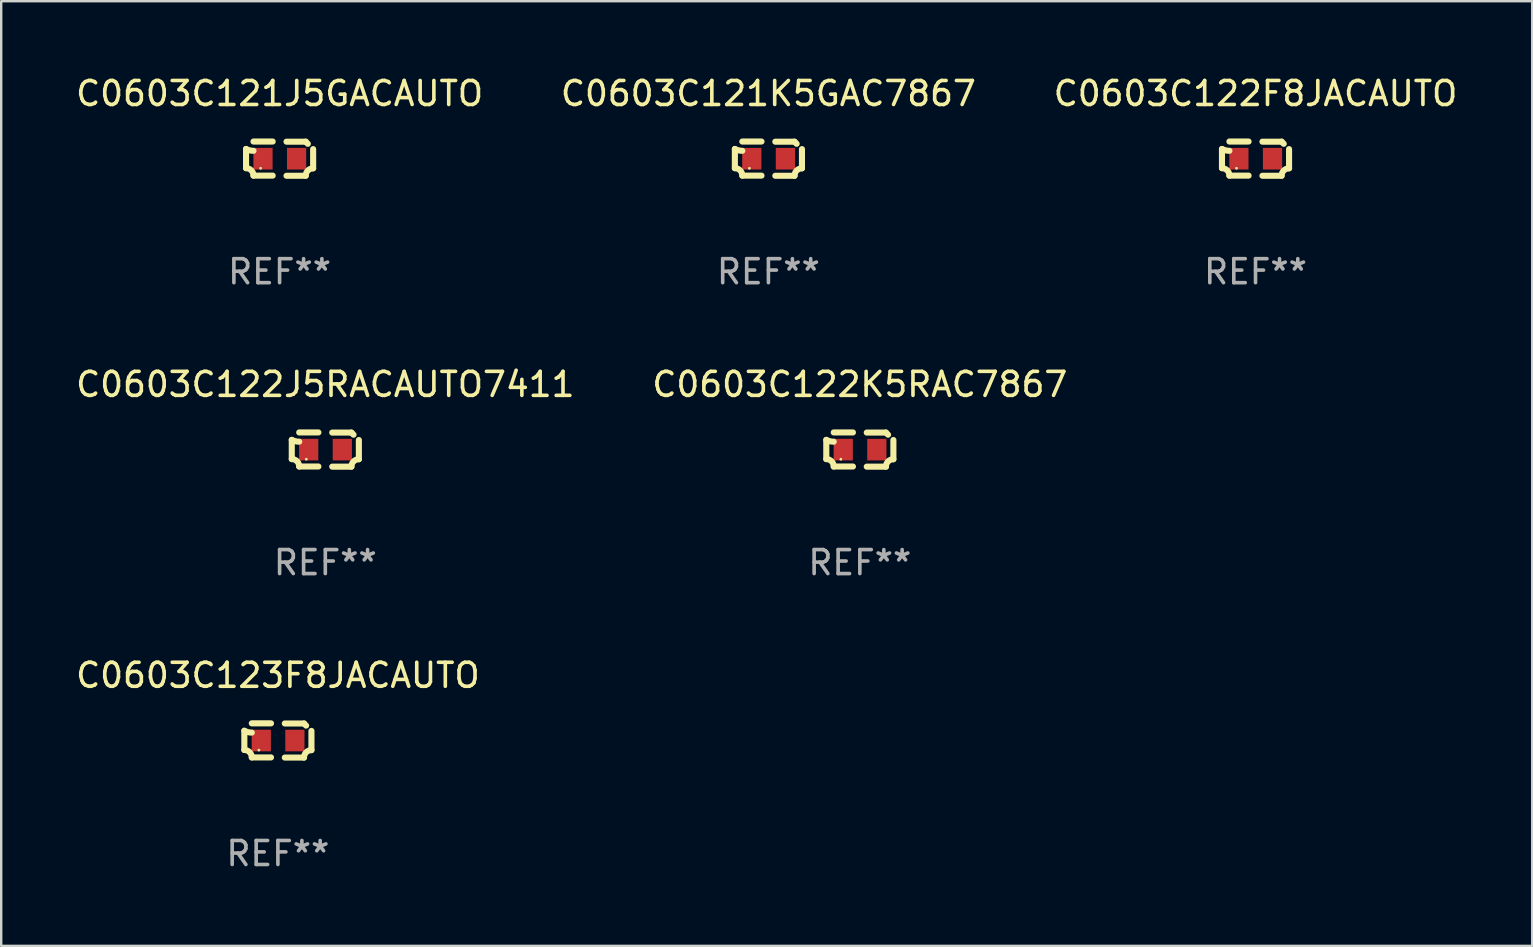
<source format=kicad_pcb>
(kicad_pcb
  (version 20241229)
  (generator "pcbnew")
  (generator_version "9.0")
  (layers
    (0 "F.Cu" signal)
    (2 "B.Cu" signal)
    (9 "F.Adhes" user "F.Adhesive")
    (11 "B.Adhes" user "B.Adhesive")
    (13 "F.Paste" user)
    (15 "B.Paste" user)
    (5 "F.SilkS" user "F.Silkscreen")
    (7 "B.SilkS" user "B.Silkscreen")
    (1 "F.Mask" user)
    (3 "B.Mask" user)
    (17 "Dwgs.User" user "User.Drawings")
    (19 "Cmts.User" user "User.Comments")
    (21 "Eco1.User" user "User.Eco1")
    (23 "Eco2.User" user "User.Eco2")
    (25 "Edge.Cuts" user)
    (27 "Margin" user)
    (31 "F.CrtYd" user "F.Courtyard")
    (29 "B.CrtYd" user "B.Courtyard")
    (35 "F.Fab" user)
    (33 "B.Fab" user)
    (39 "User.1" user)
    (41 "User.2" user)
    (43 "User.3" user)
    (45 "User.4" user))
  (footprint "C0603C122K5RAC7867"
    (layer "F.Cu")
    (at 32.78 15.683)
    (property "Reference" "C0603C122K5RAC7867" (at 0 -2.713 0) (layer "F.SilkS") (effects (font (size 1 1) (thickness 0.15))))
    (attr through_hole)
    (fp_line (start -1.398 -0.403) (end -1.398 0.397) (stroke (width 0.254) (type solid)) (layer "F.SilkS"))
    (fp_line (start -0.288 -0.713) (end -1.088 -0.713) (stroke (width 0.254) (type solid)) (layer "F.SilkS"))
    (fp_line (start -0.288 0.707) (end -1.088 0.707) (stroke (width 0.254) (type solid)) (layer "F.SilkS"))
    (fp_line (start 0.288 -0.707) (end 1.088 -0.707) (stroke (width 0.254) (type solid)) (layer "F.SilkS"))
    (fp_line (start 0.288 0.713) (end 1.088 0.713) (stroke (width 0.254) (type solid)) (layer "F.SilkS"))
    (fp_line (start 1.398 -0.397) (end 1.398 0.403) (stroke (width 0.254) (type solid)) (layer "F.SilkS"))
    (fp_arc (start -1.397789 0.397066) (mid -1.178701 0.487826) (end -1.08796 0.706922) (stroke (width 0.254001) (type solid)) (layer "F.SilkS"))
    (fp_arc (start -1.08796 -0.327176) (mid -1.247436 -0.346384) (end -1.39779 -0.402908) (stroke (width 0.254001) (type solid)) (layer "F.SilkS"))
    (fp_arc (start 1.087909 0.712738) (mid 1.178656 0.493655) (end 1.397739 0.402908) (stroke (width 0.254001) (type solid)) (layer "F.SilkS"))
    (fp_arc (start 1.175925 -0.618926) (mid 1.131917 -0.662923) (end 1.08791 -0.706922) (stroke (width 0.254001) (type solid)) (layer "F.SilkS"))
    (fp_circle (center -0.792 0.403) (end -0.762 0.403) (stroke (width 0.06) (type solid)) (fill no) (layer "F.SilkS"))
    (fp_text user "REF**" (at 0 4.713 0) (layer "F.Fab") (effects (font (size 1 1) (thickness 0.15))))
    (pad "1" smd rect (at -0.692 0.003) (size 0.8 0.9) (layers "F.Cu" "F.Mask" "F.Paste"))
    (pad "2" smd rect (at 0.708 0.003) (size 0.8 0.9) (layers "F.Cu" "F.Mask" "F.Paste")))
  (footprint "C0603C121K5GAC7867"
    (layer "F.Cu")
    (at 28.97 3.561)
    (property "Reference" "C0603C121K5GAC7867" (at 0 -2.713 0) (layer "F.SilkS") (effects (font (size 1 1) (thickness 0.15))))
    (attr through_hole)
    (fp_line (start -1.398 -0.403) (end -1.398 0.397) (stroke (width 0.254) (type solid)) (layer "F.SilkS"))
    (fp_line (start -0.288 -0.713) (end -1.088 -0.713) (stroke (width 0.254) (type solid)) (layer "F.SilkS"))
    (fp_line (start -0.288 0.707) (end -1.088 0.707) (stroke (width 0.254) (type solid)) (layer "F.SilkS"))
    (fp_line (start 0.288 -0.707) (end 1.088 -0.707) (stroke (width 0.254) (type solid)) (layer "F.SilkS"))
    (fp_line (start 0.288 0.713) (end 1.088 0.713) (stroke (width 0.254) (type solid)) (layer "F.SilkS"))
    (fp_line (start 1.398 -0.397) (end 1.398 0.403) (stroke (width 0.254) (type solid)) (layer "F.SilkS"))
    (fp_arc (start -1.397789 0.397066) (mid -1.178701 0.487826) (end -1.08796 0.706922) (stroke (width 0.254001) (type solid)) (layer "F.SilkS"))
    (fp_arc (start -1.08796 -0.327176) (mid -1.247436 -0.346384) (end -1.39779 -0.402908) (stroke (width 0.254001) (type solid)) (layer "F.SilkS"))
    (fp_arc (start 1.087909 0.712738) (mid 1.178656 0.493655) (end 1.397739 0.402908) (stroke (width 0.254001) (type solid)) (layer "F.SilkS"))
    (fp_arc (start 1.175925 -0.618926) (mid 1.131917 -0.662923) (end 1.08791 -0.706922) (stroke (width 0.254001) (type solid)) (layer "F.SilkS"))
    (fp_circle (center -0.792 0.403) (end -0.762 0.403) (stroke (width 0.06) (type solid)) (fill no) (layer "F.SilkS"))
    (fp_text user "REF**" (at 0 4.713 0) (layer "F.Fab") (effects (font (size 1 1) (thickness 0.15))))
    (pad "1" smd rect (at -0.692 0.003) (size 0.8 0.9) (layers "F.Cu" "F.Mask" "F.Paste"))
    (pad "2" smd rect (at 0.708 0.003) (size 0.8 0.9) (layers "F.Cu" "F.Mask" "F.Paste")))
  (footprint "C0603C122F8JACAUTO"
    (layer "F.Cu")
    (at 49.268 3.561)
    (property "Reference" "C0603C122F8JACAUTO" (at 0 -2.713 0) (layer "F.SilkS") (effects (font (size 1 1) (thickness 0.15))))
    (attr through_hole)
    (fp_line (start -1.398 -0.403) (end -1.398 0.397) (stroke (width 0.254) (type solid)) (layer "F.SilkS"))
    (fp_line (start -0.288 -0.713) (end -1.088 -0.713) (stroke (width 0.254) (type solid)) (layer "F.SilkS"))
    (fp_line (start -0.288 0.707) (end -1.088 0.707) (stroke (width 0.254) (type solid)) (layer "F.SilkS"))
    (fp_line (start 0.288 -0.707) (end 1.088 -0.707) (stroke (width 0.254) (type solid)) (layer "F.SilkS"))
    (fp_line (start 0.288 0.713) (end 1.088 0.713) (stroke (width 0.254) (type solid)) (layer "F.SilkS"))
    (fp_line (start 1.398 -0.397) (end 1.398 0.403) (stroke (width 0.254) (type solid)) (layer "F.SilkS"))
    (fp_arc (start -1.397789 0.397066) (mid -1.178701 0.487826) (end -1.08796 0.706922) (stroke (width 0.254001) (type solid)) (layer "F.SilkS"))
    (fp_arc (start -1.08796 -0.327176) (mid -1.247436 -0.346384) (end -1.39779 -0.402908) (stroke (width 0.254001) (type solid)) (layer "F.SilkS"))
    (fp_arc (start 1.087909 0.712738) (mid 1.178656 0.493655) (end 1.397739 0.402908) (stroke (width 0.254001) (type solid)) (layer "F.SilkS"))
    (fp_arc (start 1.175925 -0.618926) (mid 1.131917 -0.662923) (end 1.08791 -0.706922) (stroke (width 0.254001) (type solid)) (layer "F.SilkS"))
    (fp_circle (center -0.792 0.403) (end -0.762 0.403) (stroke (width 0.06) (type solid)) (fill no) (layer "F.SilkS"))
    (fp_text user "REF**" (at 0 4.713 0) (layer "F.Fab") (effects (font (size 1 1) (thickness 0.15))))
    (pad "1" smd rect (at -0.692 0.003) (size 0.8 0.9) (layers "F.Cu" "F.Mask" "F.Paste"))
    (pad "2" smd rect (at 0.708 0.003) (size 0.8 0.9) (layers "F.Cu" "F.Mask" "F.Paste")))
  (footprint "C0603C122J5RACAUTO7411"
    (layer "F.Cu")
    (at 10.506 15.683)
    (property "Reference" "C0603C122J5RACAUTO7411" (at 0 -2.713 0) (layer "F.SilkS") (effects (font (size 1 1) (thickness 0.15))))
    (attr through_hole)
    (fp_line (start -1.398 -0.403) (end -1.398 0.397) (stroke (width 0.254) (type solid)) (layer "F.SilkS"))
    (fp_line (start -0.288 -0.713) (end -1.088 -0.713) (stroke (width 0.254) (type solid)) (layer "F.SilkS"))
    (fp_line (start -0.288 0.707) (end -1.088 0.707) (stroke (width 0.254) (type solid)) (layer "F.SilkS"))
    (fp_line (start 0.288 -0.707) (end 1.088 -0.707) (stroke (width 0.254) (type solid)) (layer "F.SilkS"))
    (fp_line (start 0.288 0.713) (end 1.088 0.713) (stroke (width 0.254) (type solid)) (layer "F.SilkS"))
    (fp_line (start 1.398 -0.397) (end 1.398 0.403) (stroke (width 0.254) (type solid)) (layer "F.SilkS"))
    (fp_arc (start -1.397789 0.397066) (mid -1.178701 0.487826) (end -1.08796 0.706922) (stroke (width 0.254001) (type solid)) (layer "F.SilkS"))
    (fp_arc (start -1.08796 -0.327176) (mid -1.247436 -0.346384) (end -1.39779 -0.402908) (stroke (width 0.254001) (type solid)) (layer "F.SilkS"))
    (fp_arc (start 1.087909 0.712738) (mid 1.178656 0.493655) (end 1.397739 0.402908) (stroke (width 0.254001) (type solid)) (layer "F.SilkS"))
    (fp_arc (start 1.175925 -0.618926) (mid 1.131917 -0.662923) (end 1.08791 -0.706922) (stroke (width 0.254001) (type solid)) (layer "F.SilkS"))
    (fp_circle (center -0.792 0.403) (end -0.762 0.403) (stroke (width 0.06) (type solid)) (fill no) (layer "F.SilkS"))
    (fp_text user "REF**" (at 0 4.713 0) (layer "F.Fab") (effects (font (size 1 1) (thickness 0.15))))
    (pad "1" smd rect (at -0.692 0.003) (size 0.8 0.9) (layers "F.Cu" "F.Mask" "F.Paste"))
    (pad "2" smd rect (at 0.708 0.003) (size 0.8 0.9) (layers "F.Cu" "F.Mask" "F.Paste")))
  (footprint "C0603C123F8JACAUTO"
    (layer "F.Cu")
    (at 8.53 27.805)
    (property "Reference" "C0603C123F8JACAUTO" (at 0 -2.713 0) (layer "F.SilkS") (effects (font (size 1 1) (thickness 0.15))))
    (attr through_hole)
    (fp_line (start -1.398 -0.403) (end -1.398 0.397) (stroke (width 0.254) (type solid)) (layer "F.SilkS"))
    (fp_line (start -0.288 -0.713) (end -1.088 -0.713) (stroke (width 0.254) (type solid)) (layer "F.SilkS"))
    (fp_line (start -0.288 0.707) (end -1.088 0.707) (stroke (width 0.254) (type solid)) (layer "F.SilkS"))
    (fp_line (start 0.288 -0.707) (end 1.088 -0.707) (stroke (width 0.254) (type solid)) (layer "F.SilkS"))
    (fp_line (start 0.288 0.713) (end 1.088 0.713) (stroke (width 0.254) (type solid)) (layer "F.SilkS"))
    (fp_line (start 1.398 -0.397) (end 1.398 0.403) (stroke (width 0.254) (type solid)) (layer "F.SilkS"))
    (fp_arc (start -1.397789 0.397066) (mid -1.178701 0.487826) (end -1.08796 0.706922) (stroke (width 0.254001) (type solid)) (layer "F.SilkS"))
    (fp_arc (start -1.08796 -0.327176) (mid -1.247436 -0.346384) (end -1.39779 -0.402908) (stroke (width 0.254001) (type solid)) (layer "F.SilkS"))
    (fp_arc (start 1.087909 0.712738) (mid 1.178656 0.493655) (end 1.397739 0.402908) (stroke (width 0.254001) (type solid)) (layer "F.SilkS"))
    (fp_arc (start 1.175925 -0.618926) (mid 1.131917 -0.662923) (end 1.08791 -0.706922) (stroke (width 0.254001) (type solid)) (layer "F.SilkS"))
    (fp_circle (center -0.792 0.403) (end -0.762 0.403) (stroke (width 0.06) (type solid)) (fill no) (layer "F.SilkS"))
    (fp_text user "REF**" (at 0 4.713 0) (layer "F.Fab") (effects (font (size 1 1) (thickness 0.15))))
    (pad "1" smd rect (at -0.692 0.003) (size 0.8 0.9) (layers "F.Cu" "F.Mask" "F.Paste"))
    (pad "2" smd rect (at 0.708 0.003) (size 0.8 0.9) (layers "F.Cu" "F.Mask" "F.Paste")))
  (footprint "C0603C121J5GACAUTO"
    (layer "F.Cu")
    (at 8.601 3.561)
    (property "Reference" "C0603C121J5GACAUTO" (at 0 -2.713 0) (layer "F.SilkS") (effects (font (size 1 1) (thickness 0.15))))
    (attr through_hole)
    (fp_line (start -1.398 -0.403) (end -1.398 0.397) (stroke (width 0.254) (type solid)) (layer "F.SilkS"))
    (fp_line (start -0.288 -0.713) (end -1.088 -0.713) (stroke (width 0.254) (type solid)) (layer "F.SilkS"))
    (fp_line (start -0.288 0.707) (end -1.088 0.707) (stroke (width 0.254) (type solid)) (layer "F.SilkS"))
    (fp_line (start 0.288 -0.707) (end 1.088 -0.707) (stroke (width 0.254) (type solid)) (layer "F.SilkS"))
    (fp_line (start 0.288 0.713) (end 1.088 0.713) (stroke (width 0.254) (type solid)) (layer "F.SilkS"))
    (fp_line (start 1.398 -0.397) (end 1.398 0.403) (stroke (width 0.254) (type solid)) (layer "F.SilkS"))
    (fp_arc (start -1.397789 0.397066) (mid -1.178701 0.487826) (end -1.08796 0.706922) (stroke (width 0.254001) (type solid)) (layer "F.SilkS"))
    (fp_arc (start -1.08796 -0.327176) (mid -1.247436 -0.346384) (end -1.39779 -0.402908) (stroke (width 0.254001) (type solid)) (layer "F.SilkS"))
    (fp_arc (start 1.087909 0.712738) (mid 1.178656 0.493655) (end 1.397739 0.402908) (stroke (width 0.254001) (type solid)) (layer "F.SilkS"))
    (fp_arc (start 1.175925 -0.618926) (mid 1.131917 -0.662923) (end 1.08791 -0.706922) (stroke (width 0.254001) (type solid)) (layer "F.SilkS"))
    (fp_circle (center -0.792 0.403) (end -0.762 0.403) (stroke (width 0.06) (type solid)) (fill no) (layer "F.SilkS"))
    (fp_text user "REF**" (at 0 4.713 0) (layer "F.Fab") (effects (font (size 1 1) (thickness 0.15))))
    (pad "1" smd rect (at -0.692 0.003) (size 0.8 0.9) (layers "F.Cu" "F.Mask" "F.Paste"))
    (pad "2" smd rect (at 0.708 0.003) (size 0.8 0.9) (layers "F.Cu" "F.Mask" "F.Paste")))
  (gr_rect
    (start -3 -3)
    (end 60.798 36.366)
    (stroke (width 0.1) (type default))
    (fill no)
    (layer "Edge.Cuts")))
</source>
